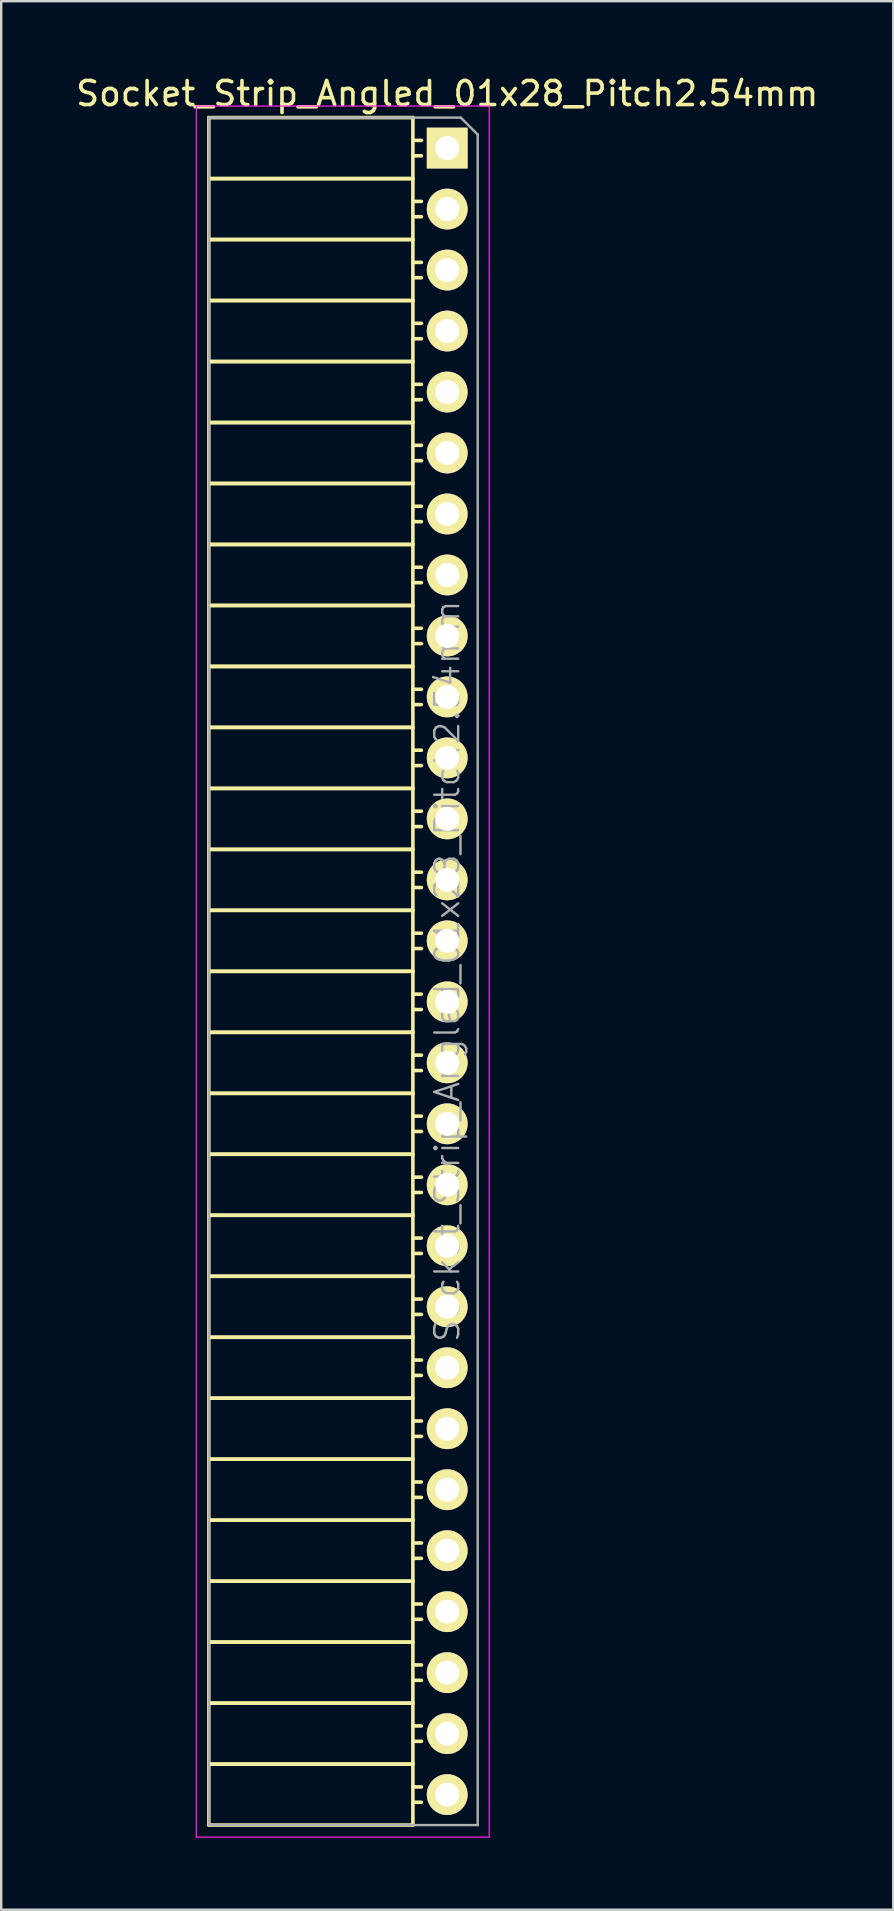
<source format=kicad_pcb>
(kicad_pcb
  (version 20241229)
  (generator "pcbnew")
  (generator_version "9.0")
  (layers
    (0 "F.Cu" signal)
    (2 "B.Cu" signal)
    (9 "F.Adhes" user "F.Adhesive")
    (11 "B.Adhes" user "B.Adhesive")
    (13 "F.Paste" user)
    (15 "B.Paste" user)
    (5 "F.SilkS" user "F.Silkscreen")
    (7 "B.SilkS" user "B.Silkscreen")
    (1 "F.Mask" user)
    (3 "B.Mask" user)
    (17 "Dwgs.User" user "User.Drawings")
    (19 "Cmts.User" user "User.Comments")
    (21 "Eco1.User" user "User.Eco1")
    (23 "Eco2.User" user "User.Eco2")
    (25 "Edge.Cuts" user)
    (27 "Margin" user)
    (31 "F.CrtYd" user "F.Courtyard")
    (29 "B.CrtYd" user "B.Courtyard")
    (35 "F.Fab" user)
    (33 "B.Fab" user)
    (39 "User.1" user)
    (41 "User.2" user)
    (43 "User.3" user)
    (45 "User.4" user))
  (footprint "Socket_Strip_Angled_01x28_Pitch2.54mm"
    (layer "F.Cu")
    (at 15.577 3.118)
    (property "Reference" "Socket_Strip_Angled_01x28_Pitch2.54mm" (at 0 -2.27 0) (layer "F.SilkS") (effects (font (size 1 1) (thickness 0.15))))
    (attr smd)
    (fp_line (start -9.93 -1.27) (end -9.93 1.27) (stroke (width 0.15) (type solid)) (layer "F.SilkS"))
    (fp_line (start -9.93 -1.27) (end -1.43 -1.27) (stroke (width 0.15) (type solid)) (layer "F.SilkS"))
    (fp_line (start -9.93 1.27) (end -9.93 3.81) (stroke (width 0.15) (type solid)) (layer "F.SilkS"))
    (fp_line (start -9.93 1.27) (end -1.43 1.27) (stroke (width 0.15) (type solid)) (layer "F.SilkS"))
    (fp_line (start -9.93 1.27) (end -1.43 1.27) (stroke (width 0.15) (type solid)) (layer "F.SilkS"))
    (fp_line (start -9.93 3.81) (end -9.93 6.35) (stroke (width 0.15) (type solid)) (layer "F.SilkS"))
    (fp_line (start -9.93 3.81) (end -1.43 3.81) (stroke (width 0.15) (type solid)) (layer "F.SilkS"))
    (fp_line (start -9.93 3.81) (end -1.43 3.81) (stroke (width 0.15) (type solid)) (layer "F.SilkS"))
    (fp_line (start -9.93 6.35) (end -9.93 8.89) (stroke (width 0.15) (type solid)) (layer "F.SilkS"))
    (fp_line (start -9.93 6.35) (end -1.43 6.35) (stroke (width 0.15) (type solid)) (layer "F.SilkS"))
    (fp_line (start -9.93 6.35) (end -1.43 6.35) (stroke (width 0.15) (type solid)) (layer "F.SilkS"))
    (fp_line (start -9.93 8.89) (end -9.93 11.43) (stroke (width 0.15) (type solid)) (layer "F.SilkS"))
    (fp_line (start -9.93 8.89) (end -1.43 8.89) (stroke (width 0.15) (type solid)) (layer "F.SilkS"))
    (fp_line (start -9.93 8.89) (end -1.43 8.89) (stroke (width 0.15) (type solid)) (layer "F.SilkS"))
    (fp_line (start -9.93 11.43) (end -9.93 13.97) (stroke (width 0.15) (type solid)) (layer "F.SilkS"))
    (fp_line (start -9.93 11.43) (end -1.43 11.43) (stroke (width 0.15) (type solid)) (layer "F.SilkS"))
    (fp_line (start -9.93 11.43) (end -1.43 11.43) (stroke (width 0.15) (type solid)) (layer "F.SilkS"))
    (fp_line (start -9.93 13.97) (end -9.93 16.51) (stroke (width 0.15) (type solid)) (layer "F.SilkS"))
    (fp_line (start -9.93 13.97) (end -1.43 13.97) (stroke (width 0.15) (type solid)) (layer "F.SilkS"))
    (fp_line (start -9.93 13.97) (end -1.43 13.97) (stroke (width 0.15) (type solid)) (layer "F.SilkS"))
    (fp_line (start -9.93 16.51) (end -9.93 19.05) (stroke (width 0.15) (type solid)) (layer "F.SilkS"))
    (fp_line (start -9.93 16.51) (end -1.43 16.51) (stroke (width 0.15) (type solid)) (layer "F.SilkS"))
    (fp_line (start -9.93 16.51) (end -1.43 16.51) (stroke (width 0.15) (type solid)) (layer "F.SilkS"))
    (fp_line (start -9.93 19.05) (end -9.93 21.59) (stroke (width 0.15) (type solid)) (layer "F.SilkS"))
    (fp_line (start -9.93 19.05) (end -1.43 19.05) (stroke (width 0.15) (type solid)) (layer "F.SilkS"))
    (fp_line (start -9.93 19.05) (end -1.43 19.05) (stroke (width 0.15) (type solid)) (layer "F.SilkS"))
    (fp_line (start -9.93 21.59) (end -9.93 24.13) (stroke (width 0.15) (type solid)) (layer "F.SilkS"))
    (fp_line (start -9.93 21.59) (end -1.43 21.59) (stroke (width 0.15) (type solid)) (layer "F.SilkS"))
    (fp_line (start -9.93 21.59) (end -1.43 21.59) (stroke (width 0.15) (type solid)) (layer "F.SilkS"))
    (fp_line (start -9.93 24.13) (end -9.93 26.67) (stroke (width 0.15) (type solid)) (layer "F.SilkS"))
    (fp_line (start -9.93 24.13) (end -1.43 24.13) (stroke (width 0.15) (type solid)) (layer "F.SilkS"))
    (fp_line (start -9.93 24.13) (end -1.43 24.13) (stroke (width 0.15) (type solid)) (layer "F.SilkS"))
    (fp_line (start -9.93 26.67) (end -9.93 29.21) (stroke (width 0.15) (type solid)) (layer "F.SilkS"))
    (fp_line (start -9.93 26.67) (end -1.43 26.67) (stroke (width 0.15) (type solid)) (layer "F.SilkS"))
    (fp_line (start -9.93 26.67) (end -1.43 26.67) (stroke (width 0.15) (type solid)) (layer "F.SilkS"))
    (fp_line (start -9.93 29.21) (end -9.93 31.75) (stroke (width 0.15) (type solid)) (layer "F.SilkS"))
    (fp_line (start -9.93 29.21) (end -1.43 29.21) (stroke (width 0.15) (type solid)) (layer "F.SilkS"))
    (fp_line (start -9.93 29.21) (end -1.43 29.21) (stroke (width 0.15) (type solid)) (layer "F.SilkS"))
    (fp_line (start -9.93 31.75) (end -9.93 34.29) (stroke (width 0.15) (type solid)) (layer "F.SilkS"))
    (fp_line (start -9.93 31.75) (end -1.43 31.75) (stroke (width 0.15) (type solid)) (layer "F.SilkS"))
    (fp_line (start -9.93 31.75) (end -1.43 31.75) (stroke (width 0.15) (type solid)) (layer "F.SilkS"))
    (fp_line (start -9.93 34.29) (end -9.93 36.83) (stroke (width 0.15) (type solid)) (layer "F.SilkS"))
    (fp_line (start -9.93 34.29) (end -1.43 34.29) (stroke (width 0.15) (type solid)) (layer "F.SilkS"))
    (fp_line (start -9.93 34.29) (end -1.43 34.29) (stroke (width 0.15) (type solid)) (layer "F.SilkS"))
    (fp_line (start -9.93 36.83) (end -9.93 39.37) (stroke (width 0.15) (type solid)) (layer "F.SilkS"))
    (fp_line (start -9.93 36.83) (end -1.43 36.83) (stroke (width 0.15) (type solid)) (layer "F.SilkS"))
    (fp_line (start -9.93 36.83) (end -1.43 36.83) (stroke (width 0.15) (type solid)) (layer "F.SilkS"))
    (fp_line (start -9.93 39.37) (end -9.93 41.91) (stroke (width 0.15) (type solid)) (layer "F.SilkS"))
    (fp_line (start -9.93 39.37) (end -1.43 39.37) (stroke (width 0.15) (type solid)) (layer "F.SilkS"))
    (fp_line (start -9.93 39.37) (end -1.43 39.37) (stroke (width 0.15) (type solid)) (layer "F.SilkS"))
    (fp_line (start -9.93 41.91) (end -9.93 44.45) (stroke (width 0.15) (type solid)) (layer "F.SilkS"))
    (fp_line (start -9.93 41.91) (end -1.43 41.91) (stroke (width 0.15) (type solid)) (layer "F.SilkS"))
    (fp_line (start -9.93 41.91) (end -1.43 41.91) (stroke (width 0.15) (type solid)) (layer "F.SilkS"))
    (fp_line (start -9.93 44.45) (end -9.93 46.99) (stroke (width 0.15) (type solid)) (layer "F.SilkS"))
    (fp_line (start -9.93 44.45) (end -1.43 44.45) (stroke (width 0.15) (type solid)) (layer "F.SilkS"))
    (fp_line (start -9.93 44.45) (end -1.43 44.45) (stroke (width 0.15) (type solid)) (layer "F.SilkS"))
    (fp_line (start -9.93 46.99) (end -9.93 49.53) (stroke (width 0.15) (type solid)) (layer "F.SilkS"))
    (fp_line (start -9.93 46.99) (end -1.43 46.99) (stroke (width 0.15) (type solid)) (layer "F.SilkS"))
    (fp_line (start -9.93 46.99) (end -1.43 46.99) (stroke (width 0.15) (type solid)) (layer "F.SilkS"))
    (fp_line (start -9.93 49.53) (end -9.93 52.07) (stroke (width 0.15) (type solid)) (layer "F.SilkS"))
    (fp_line (start -9.93 49.53) (end -1.43 49.53) (stroke (width 0.15) (type solid)) (layer "F.SilkS"))
    (fp_line (start -9.93 49.53) (end -1.43 49.53) (stroke (width 0.15) (type solid)) (layer "F.SilkS"))
    (fp_line (start -9.93 52.07) (end -9.93 54.61) (stroke (width 0.15) (type solid)) (layer "F.SilkS"))
    (fp_line (start -9.93 52.07) (end -1.43 52.07) (stroke (width 0.15) (type solid)) (layer "F.SilkS"))
    (fp_line (start -9.93 52.07) (end -1.43 52.07) (stroke (width 0.15) (type solid)) (layer "F.SilkS"))
    (fp_line (start -9.93 54.61) (end -9.93 57.15) (stroke (width 0.15) (type solid)) (layer "F.SilkS"))
    (fp_line (start -9.93 54.61) (end -1.43 54.61) (stroke (width 0.15) (type solid)) (layer "F.SilkS"))
    (fp_line (start -9.93 54.61) (end -1.43 54.61) (stroke (width 0.15) (type solid)) (layer "F.SilkS"))
    (fp_line (start -9.93 57.15) (end -9.93 59.69) (stroke (width 0.15) (type solid)) (layer "F.SilkS"))
    (fp_line (start -9.93 57.15) (end -1.43 57.15) (stroke (width 0.15) (type solid)) (layer "F.SilkS"))
    (fp_line (start -9.93 57.15) (end -1.43 57.15) (stroke (width 0.15) (type solid)) (layer "F.SilkS"))
    (fp_line (start -9.93 59.69) (end -9.93 62.23) (stroke (width 0.15) (type solid)) (layer "F.SilkS"))
    (fp_line (start -9.93 59.69) (end -1.43 59.69) (stroke (width 0.15) (type solid)) (layer "F.SilkS"))
    (fp_line (start -9.93 59.69) (end -1.43 59.69) (stroke (width 0.15) (type solid)) (layer "F.SilkS"))
    (fp_line (start -9.93 62.23) (end -9.93 64.77) (stroke (width 0.15) (type solid)) (layer "F.SilkS"))
    (fp_line (start -9.93 62.23) (end -1.43 62.23) (stroke (width 0.15) (type solid)) (layer "F.SilkS"))
    (fp_line (start -9.93 62.23) (end -1.43 62.23) (stroke (width 0.15) (type solid)) (layer "F.SilkS"))
    (fp_line (start -9.93 64.77) (end -9.93 67.31) (stroke (width 0.15) (type solid)) (layer "F.SilkS"))
    (fp_line (start -9.93 64.77) (end -1.43 64.77) (stroke (width 0.15) (type solid)) (layer "F.SilkS"))
    (fp_line (start -9.93 64.77) (end -1.43 64.77) (stroke (width 0.15) (type solid)) (layer "F.SilkS"))
    (fp_line (start -9.93 67.31) (end -9.93 69.85) (stroke (width 0.15) (type solid)) (layer "F.SilkS"))
    (fp_line (start -9.93 67.31) (end -1.43 67.31) (stroke (width 0.15) (type solid)) (layer "F.SilkS"))
    (fp_line (start -9.93 67.31) (end -1.43 67.31) (stroke (width 0.15) (type solid)) (layer "F.SilkS"))
    (fp_line (start -9.93 69.85) (end -1.43 69.85) (stroke (width 0.15) (type solid)) (layer "F.SilkS"))
    (fp_line (start -1.43 -1.27) (end -1.43 1.27) (stroke (width 0.15) (type solid)) (layer "F.SilkS"))
    (fp_line (start -1.43 -0.32) (end -1.075 -0.32) (stroke (width 0.15) (type solid)) (layer "F.SilkS"))
    (fp_line (start -1.43 0.32) (end -1.075 0.32) (stroke (width 0.15) (type solid)) (layer "F.SilkS"))
    (fp_line (start -1.43 1.27) (end -1.43 3.81) (stroke (width 0.15) (type solid)) (layer "F.SilkS"))
    (fp_line (start -1.43 2.22) (end -1.075 2.22) (stroke (width 0.15) (type solid)) (layer "F.SilkS"))
    (fp_line (start -1.43 2.86) (end -1.075 2.86) (stroke (width 0.15) (type solid)) (layer "F.SilkS"))
    (fp_line (start -1.43 3.81) (end -1.43 6.35) (stroke (width 0.15) (type solid)) (layer "F.SilkS"))
    (fp_line (start -1.43 4.76) (end -1.075 4.76) (stroke (width 0.15) (type solid)) (layer "F.SilkS"))
    (fp_line (start -1.43 5.4) (end -1.075 5.4) (stroke (width 0.15) (type solid)) (layer "F.SilkS"))
    (fp_line (start -1.43 6.35) (end -1.43 8.89) (stroke (width 0.15) (type solid)) (layer "F.SilkS"))
    (fp_line (start -1.43 7.3) (end -1.075 7.3) (stroke (width 0.15) (type solid)) (layer "F.SilkS"))
    (fp_line (start -1.43 7.94) (end -1.075 7.94) (stroke (width 0.15) (type solid)) (layer "F.SilkS"))
    (fp_line (start -1.43 8.89) (end -1.43 11.43) (stroke (width 0.15) (type solid)) (layer "F.SilkS"))
    (fp_line (start -1.43 9.84) (end -1.075 9.84) (stroke (width 0.15) (type solid)) (layer "F.SilkS"))
    (fp_line (start -1.43 10.48) (end -1.075 10.48) (stroke (width 0.15) (type solid)) (layer "F.SilkS"))
    (fp_line (start -1.43 11.43) (end -1.43 13.97) (stroke (width 0.15) (type solid)) (layer "F.SilkS"))
    (fp_line (start -1.43 12.38) (end -1.075 12.38) (stroke (width 0.15) (type solid)) (layer "F.SilkS"))
    (fp_line (start -1.43 13.02) (end -1.075 13.02) (stroke (width 0.15) (type solid)) (layer "F.SilkS"))
    (fp_line (start -1.43 13.97) (end -1.43 16.51) (stroke (width 0.15) (type solid)) (layer "F.SilkS"))
    (fp_line (start -1.43 14.92) (end -1.075 14.92) (stroke (width 0.15) (type solid)) (layer "F.SilkS"))
    (fp_line (start -1.43 15.56) (end -1.075 15.56) (stroke (width 0.15) (type solid)) (layer "F.SilkS"))
    (fp_line (start -1.43 16.51) (end -1.43 19.05) (stroke (width 0.15) (type solid)) (layer "F.SilkS"))
    (fp_line (start -1.43 17.46) (end -1.075 17.46) (stroke (width 0.15) (type solid)) (layer "F.SilkS"))
    (fp_line (start -1.43 18.1) (end -1.075 18.1) (stroke (width 0.15) (type solid)) (layer "F.SilkS"))
    (fp_line (start -1.43 19.05) (end -1.43 21.59) (stroke (width 0.15) (type solid)) (layer "F.SilkS"))
    (fp_line (start -1.43 20) (end -1.075 20) (stroke (width 0.15) (type solid)) (layer "F.SilkS"))
    (fp_line (start -1.43 20.64) (end -1.075 20.64) (stroke (width 0.15) (type solid)) (layer "F.SilkS"))
    (fp_line (start -1.43 21.59) (end -1.43 24.13) (stroke (width 0.15) (type solid)) (layer "F.SilkS"))
    (fp_line (start -1.43 22.54) (end -1.075 22.54) (stroke (width 0.15) (type solid)) (layer "F.SilkS"))
    (fp_line (start -1.43 23.18) (end -1.075 23.18) (stroke (width 0.15) (type solid)) (layer "F.SilkS"))
    (fp_line (start -1.43 24.13) (end -1.43 26.67) (stroke (width 0.15) (type solid)) (layer "F.SilkS"))
    (fp_line (start -1.43 25.08) (end -1.075 25.08) (stroke (width 0.15) (type solid)) (layer "F.SilkS"))
    (fp_line (start -1.43 25.72) (end -1.075 25.72) (stroke (width 0.15) (type solid)) (layer "F.SilkS"))
    (fp_line (start -1.43 26.67) (end -1.43 29.21) (stroke (width 0.15) (type solid)) (layer "F.SilkS"))
    (fp_line (start -1.43 27.62) (end -1.075 27.62) (stroke (width 0.15) (type solid)) (layer "F.SilkS"))
    (fp_line (start -1.43 28.26) (end -1.075 28.26) (stroke (width 0.15) (type solid)) (layer "F.SilkS"))
    (fp_line (start -1.43 29.21) (end -1.43 31.75) (stroke (width 0.15) (type solid)) (layer "F.SilkS"))
    (fp_line (start -1.43 30.16) (end -1.075 30.16) (stroke (width 0.15) (type solid)) (layer "F.SilkS"))
    (fp_line (start -1.43 30.8) (end -1.075 30.8) (stroke (width 0.15) (type solid)) (layer "F.SilkS"))
    (fp_line (start -1.43 31.75) (end -1.43 34.29) (stroke (width 0.15) (type solid)) (layer "F.SilkS"))
    (fp_line (start -1.43 32.7) (end -1.075 32.7) (stroke (width 0.15) (type solid)) (layer "F.SilkS"))
    (fp_line (start -1.43 33.34) (end -1.075 33.34) (stroke (width 0.15) (type solid)) (layer "F.SilkS"))
    (fp_line (start -1.43 34.29) (end -1.43 36.83) (stroke (width 0.15) (type solid)) (layer "F.SilkS"))
    (fp_line (start -1.43 35.24) (end -1.075 35.24) (stroke (width 0.15) (type solid)) (layer "F.SilkS"))
    (fp_line (start -1.43 35.88) (end -1.075 35.88) (stroke (width 0.15) (type solid)) (layer "F.SilkS"))
    (fp_line (start -1.43 36.83) (end -1.43 39.37) (stroke (width 0.15) (type solid)) (layer "F.SilkS"))
    (fp_line (start -1.43 37.78) (end -1.075 37.78) (stroke (width 0.15) (type solid)) (layer "F.SilkS"))
    (fp_line (start -1.43 38.42) (end -1.075 38.42) (stroke (width 0.15) (type solid)) (layer "F.SilkS"))
    (fp_line (start -1.43 39.37) (end -1.43 41.91) (stroke (width 0.15) (type solid)) (layer "F.SilkS"))
    (fp_line (start -1.43 40.32) (end -1.075 40.32) (stroke (width 0.15) (type solid)) (layer "F.SilkS"))
    (fp_line (start -1.43 40.96) (end -1.075 40.96) (stroke (width 0.15) (type solid)) (layer "F.SilkS"))
    (fp_line (start -1.43 41.91) (end -1.43 44.45) (stroke (width 0.15) (type solid)) (layer "F.SilkS"))
    (fp_line (start -1.43 42.86) (end -1.075 42.86) (stroke (width 0.15) (type solid)) (layer "F.SilkS"))
    (fp_line (start -1.43 43.5) (end -1.075 43.5) (stroke (width 0.15) (type solid)) (layer "F.SilkS"))
    (fp_line (start -1.43 44.45) (end -1.43 46.99) (stroke (width 0.15) (type solid)) (layer "F.SilkS"))
    (fp_line (start -1.43 45.4) (end -1.075 45.4) (stroke (width 0.15) (type solid)) (layer "F.SilkS"))
    (fp_line (start -1.43 46.04) (end -1.075 46.04) (stroke (width 0.15) (type solid)) (layer "F.SilkS"))
    (fp_line (start -1.43 46.99) (end -1.43 49.53) (stroke (width 0.15) (type solid)) (layer "F.SilkS"))
    (fp_line (start -1.43 47.94) (end -1.075 47.94) (stroke (width 0.15) (type solid)) (layer "F.SilkS"))
    (fp_line (start -1.43 48.58) (end -1.075 48.58) (stroke (width 0.15) (type solid)) (layer "F.SilkS"))
    (fp_line (start -1.43 49.53) (end -1.43 52.07) (stroke (width 0.15) (type solid)) (layer "F.SilkS"))
    (fp_line (start -1.43 50.48) (end -1.075 50.48) (stroke (width 0.15) (type solid)) (layer "F.SilkS"))
    (fp_line (start -1.43 51.12) (end -1.075 51.12) (stroke (width 0.15) (type solid)) (layer "F.SilkS"))
    (fp_line (start -1.43 52.07) (end -1.43 54.61) (stroke (width 0.15) (type solid)) (layer "F.SilkS"))
    (fp_line (start -1.43 53.02) (end -1.075 53.02) (stroke (width 0.15) (type solid)) (layer "F.SilkS"))
    (fp_line (start -1.43 53.66) (end -1.075 53.66) (stroke (width 0.15) (type solid)) (layer "F.SilkS"))
    (fp_line (start -1.43 54.61) (end -1.43 57.15) (stroke (width 0.15) (type solid)) (layer "F.SilkS"))
    (fp_line (start -1.43 55.56) (end -1.075 55.56) (stroke (width 0.15) (type solid)) (layer "F.SilkS"))
    (fp_line (start -1.43 56.2) (end -1.075 56.2) (stroke (width 0.15) (type solid)) (layer "F.SilkS"))
    (fp_line (start -1.43 57.15) (end -1.43 59.69) (stroke (width 0.15) (type solid)) (layer "F.SilkS"))
    (fp_line (start -1.43 58.1) (end -1.075 58.1) (stroke (width 0.15) (type solid)) (layer "F.SilkS"))
    (fp_line (start -1.43 58.74) (end -1.075 58.74) (stroke (width 0.15) (type solid)) (layer "F.SilkS"))
    (fp_line (start -1.43 59.69) (end -1.43 62.23) (stroke (width 0.15) (type solid)) (layer "F.SilkS"))
    (fp_line (start -1.43 60.64) (end -1.075 60.64) (stroke (width 0.15) (type solid)) (layer "F.SilkS"))
    (fp_line (start -1.43 61.28) (end -1.075 61.28) (stroke (width 0.15) (type solid)) (layer "F.SilkS"))
    (fp_line (start -1.43 62.23) (end -1.43 64.77) (stroke (width 0.15) (type solid)) (layer "F.SilkS"))
    (fp_line (start -1.43 63.18) (end -1.075 63.18) (stroke (width 0.15) (type solid)) (layer "F.SilkS"))
    (fp_line (start -1.43 63.82) (end -1.075 63.82) (stroke (width 0.15) (type solid)) (layer "F.SilkS"))
    (fp_line (start -1.43 64.77) (end -1.43 67.31) (stroke (width 0.15) (type solid)) (layer "F.SilkS"))
    (fp_line (start -1.43 65.72) (end -1.075 65.72) (stroke (width 0.15) (type solid)) (layer "F.SilkS"))
    (fp_line (start -1.43 66.36) (end -1.075 66.36) (stroke (width 0.15) (type solid)) (layer "F.SilkS"))
    (fp_line (start -1.43 67.31) (end -1.43 69.85) (stroke (width 0.15) (type solid)) (layer "F.SilkS"))
    (fp_line (start -1.43 68.26) (end -1.075 68.26) (stroke (width 0.15) (type solid)) (layer "F.SilkS"))
    (fp_line (start -1.43 68.9) (end -1.075 68.9) (stroke (width 0.15) (type solid)) (layer "F.SilkS"))
    (fp_line (start -10.45 -1.75) (end 1.75 -1.75) (stroke (width 0.05) (type solid)) (layer "F.CrtYd"))
    (fp_line (start -10.45 70.35) (end -10.45 -1.75) (stroke (width 0.05) (type solid)) (layer "F.CrtYd"))
    (fp_line (start -10.45 70.35) (end 1.75 70.35) (stroke (width 0.05) (type solid)) (layer "F.CrtYd"))
    (fp_line (start 1.75 70.35) (end 1.75 -1.75) (stroke (width 0.05) (type solid)) (layer "F.CrtYd"))
    (fp_line (start -9.93 -1.27) (end 0.563 -1.27) (stroke (width 0.1) (type solid)) (layer "F.Fab"))
    (fp_line (start -9.93 69.85) (end -9.93 -1.27) (stroke (width 0.1) (type solid)) (layer "F.Fab"))
    (fp_line (start -9.93 69.85) (end 1.27 69.85) (stroke (width 0.1) (type solid)) (layer "F.Fab"))
    (fp_line (start 1.27 -0.563) (end 0.563 -1.27) (stroke (width 0.1) (type solid)) (layer "F.Fab"))
    (fp_line (start 1.27 69.85) (end 1.27 -0.563) (stroke (width 0.1) (type solid)) (layer "F.Fab"))
    (fp_text user "${REFERENCE}" (at 0 34.29 90) (layer "F.Fab") (effects (font (size 1 1) (thickness 0.1))))
    (pad "1" thru_hole rect (at 0 0) (size 1.7 1.7) (drill 1) (layers "*.Cu" "*.Mask" "F.SilkS"))
    (pad "2" thru_hole oval (at 0 2.54) (size 1.7 1.7) (drill 1) (layers "*.Cu" "*.Mask" "F.SilkS"))
    (pad "3" thru_hole oval (at 0 5.08) (size 1.7 1.7) (drill 1) (layers "*.Cu" "*.Mask" "F.SilkS"))
    (pad "4" thru_hole oval (at 0 7.62) (size 1.7 1.7) (drill 1) (layers "*.Cu" "*.Mask" "F.SilkS"))
    (pad "5" thru_hole oval (at 0 10.16) (size 1.7 1.7) (drill 1) (layers "*.Cu" "*.Mask" "F.SilkS"))
    (pad "6" thru_hole oval (at 0 12.7) (size 1.7 1.7) (drill 1) (layers "*.Cu" "*.Mask" "F.SilkS"))
    (pad "7" thru_hole oval (at 0 15.24) (size 1.7 1.7) (drill 1) (layers "*.Cu" "*.Mask" "F.SilkS"))
    (pad "8" thru_hole oval (at 0 17.78) (size 1.7 1.7) (drill 1) (layers "*.Cu" "*.Mask" "F.SilkS"))
    (pad "9" thru_hole oval (at 0 20.32) (size 1.7 1.7) (drill 1) (layers "*.Cu" "*.Mask" "F.SilkS"))
    (pad "10" thru_hole oval (at 0 22.86) (size 1.7 1.7) (drill 1) (layers "*.Cu" "*.Mask" "F.SilkS"))
    (pad "11" thru_hole oval (at 0 25.4) (size 1.7 1.7) (drill 1) (layers "*.Cu" "*.Mask" "F.SilkS"))
    (pad "12" thru_hole oval (at 0 27.94) (size 1.7 1.7) (drill 1) (layers "*.Cu" "*.Mask" "F.SilkS"))
    (pad "13" thru_hole oval (at 0 30.48) (size 1.7 1.7) (drill 1) (layers "*.Cu" "*.Mask" "F.SilkS"))
    (pad "14" thru_hole oval (at 0 33.02) (size 1.7 1.7) (drill 1) (layers "*.Cu" "*.Mask" "F.SilkS"))
    (pad "15" thru_hole oval (at 0 35.56) (size 1.7 1.7) (drill 1) (layers "*.Cu" "*.Mask" "F.SilkS"))
    (pad "16" thru_hole oval (at 0 38.1) (size 1.7 1.7) (drill 1) (layers "*.Cu" "*.Mask" "F.SilkS"))
    (pad "17" thru_hole oval (at 0 40.64) (size 1.7 1.7) (drill 1) (layers "*.Cu" "*.Mask" "F.SilkS"))
    (pad "18" thru_hole oval (at 0 43.18) (size 1.7 1.7) (drill 1) (layers "*.Cu" "*.Mask" "F.SilkS"))
    (pad "19" thru_hole oval (at 0 45.72) (size 1.7 1.7) (drill 1) (layers "*.Cu" "*.Mask" "F.SilkS"))
    (pad "20" thru_hole oval (at 0 48.26) (size 1.7 1.7) (drill 1) (layers "*.Cu" "*.Mask" "F.SilkS"))
    (pad "21" thru_hole oval (at 0 50.8) (size 1.7 1.7) (drill 1) (layers "*.Cu" "*.Mask" "F.SilkS"))
    (pad "22" thru_hole oval (at 0 53.34) (size 1.7 1.7) (drill 1) (layers "*.Cu" "*.Mask" "F.SilkS"))
    (pad "23" thru_hole oval (at 0 55.88) (size 1.7 1.7) (drill 1) (layers "*.Cu" "*.Mask" "F.SilkS"))
    (pad "24" thru_hole oval (at 0 58.42) (size 1.7 1.7) (drill 1) (layers "*.Cu" "*.Mask" "F.SilkS"))
    (pad "25" thru_hole oval (at 0 60.96) (size 1.7 1.7) (drill 1) (layers "*.Cu" "*.Mask" "F.SilkS"))
    (pad "26" thru_hole oval (at 0 63.5) (size 1.7 1.7) (drill 1) (layers "*.Cu" "*.Mask" "F.SilkS"))
    (pad "27" thru_hole oval (at 0 66.04) (size 1.7 1.7) (drill 1) (layers "*.Cu" "*.Mask" "F.SilkS"))
    (pad "28" thru_hole oval (at 0 68.58) (size 1.7 1.7) (drill 1) (layers "*.Cu" "*.Mask" "F.SilkS")))
  (gr_rect
    (start -3 -3)
    (end 34.155 76.493)
    (stroke (width 0.1) (type default))
    (fill no)
    (layer "Edge.Cuts")))
</source>
